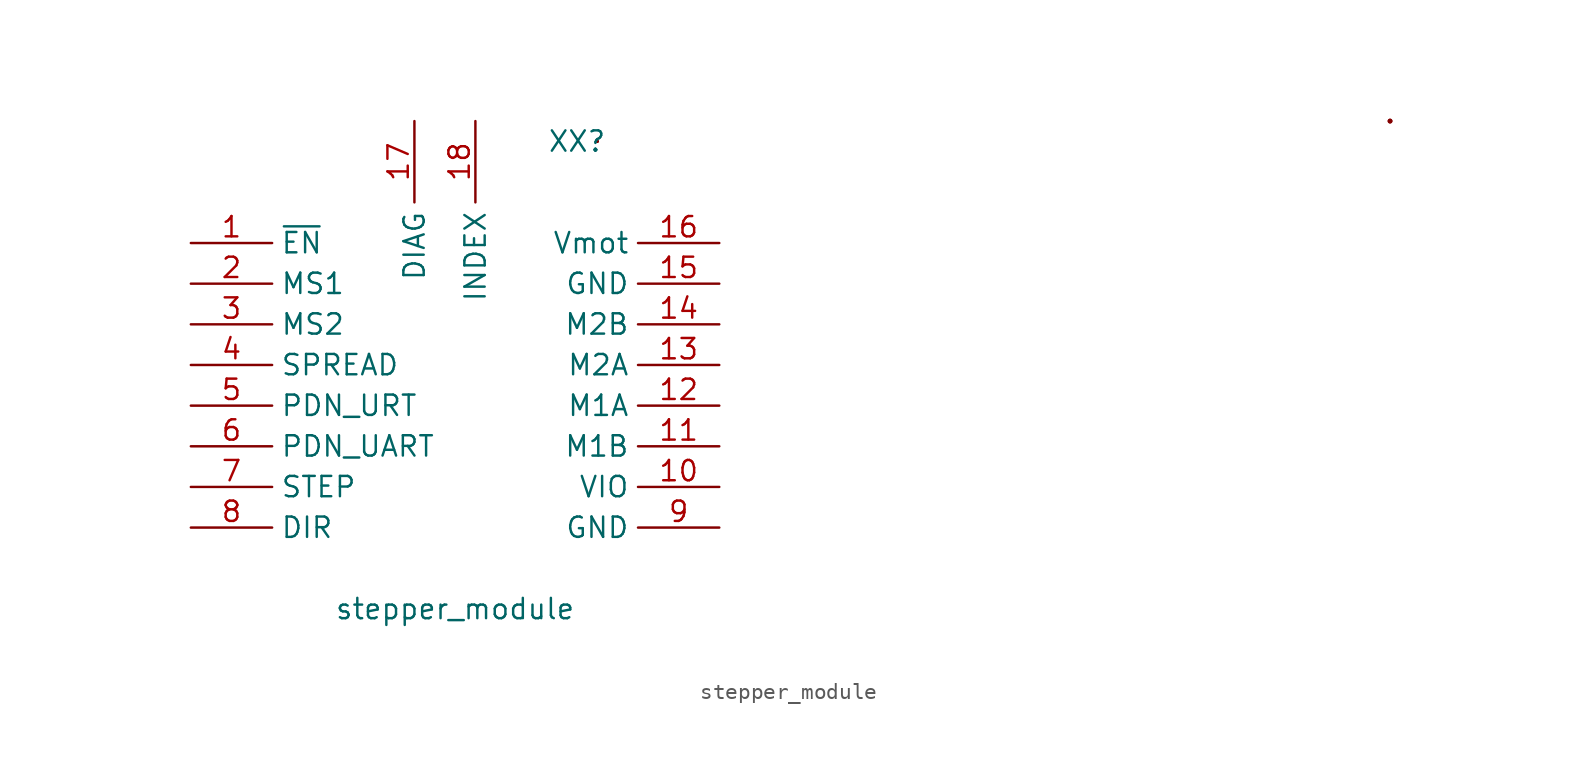
<source format=kicad_sym>
(kicad_symbol_lib
  (version 20211014)
  (generator kicad_symbol_editor)
  (symbol "stepper_module"
    (property "Reference" "XX"
      (at 7.62 15.24 0)
      (effects (font (size 1.27 1.27))))
    (property "Value" "stepper_module"
      (at 0 -13.97 0)
      (effects (font (size 1.27 1.27))))
    (symbol "stepper_module_0_1"
      (polyline (pts (xy 8.89 15.24) (xy 8.89 15.24)) (stroke (width 0.152) (type default) (color 0 0 0 0)) (fill (type none)))
      (rectangle (start 8.89 15.24) (end 8.89 15.24) (stroke (width 0.152) (type default) (color 0 0 0 0)) (fill (type none)))
      (rectangle (start 8.89 15.24) (end 8.89 15.24) (stroke (width 0.152) (type default) (color 0 0 0 0)) (fill (type none)))
      (rectangle (start 8.89 15.24) (end 8.89 15.24) (stroke (width 0.152) (type default) (color 0 0 0 0)) (fill (type none)))
      (rectangle (start 8.89 15.24) (end 8.89 15.24) (stroke (width 0.152) (type default) (color 0 0 0 0)) (fill (type none)))
      (rectangle (start 8.89 15.24) (end 8.89 15.24) (stroke (width 0.152) (type default) (color 0 0 0 0)) (fill (type none)))
      (rectangle (start 8.89 15.24) (end 8.89 15.24) (stroke (width 0.152) (type default) (color 0 0 0 0)) (fill (type none)))
      (rectangle (start 8.89 15.24) (end 8.89 15.24) (stroke (width 0.152) (type default) (color 0 0 0 0)) (fill (type none)))
      (rectangle (start 8.89 15.24) (end 8.89 15.24) (stroke (width 0.152) (type default) (color 0 0 0 0)) (fill (type none)))
      (rectangle (start 8.89 15.24) (end 8.89 15.24) (stroke (width 0.152) (type default) (color 0 0 0 0)) (fill (type none)))
      (arc (start 58.42 16.51) (mid 58.42 16.51) (end 58.42 16.51) (stroke (width 0.1524) (type default) (color 0 0 0 0)) (fill (type none)))
      (circle (center 58.42 16.51) (radius 0.0001) (stroke (width 0.152) (type default) (color 0 0 0 0)) (fill (type none)))
      (circle (center 58.42 16.51) (radius 0.0001) (stroke (width 0.152) (type default) (color 0 0 0 0)) (fill (type none))))
    (symbol "stepper_module_1_1"
      (pin passive line (at -16.51 8.89 0) (length 5.08) (name "~{EN}" (effects (font (size 1.27 1.27)))) (number "1" (effects (font (size 1.27 1.27)))))
      (pin passive line (at 16.51 -6.35 180) (length 5.08) (name "VIO" (effects (font (size 1.27 1.27)))) (number "10" (effects (font (size 1.27 1.27)))))
      (pin passive line (at 16.51 -3.81 180) (length 5.08) (name "M1B" (effects (font (size 1.27 1.27)))) (number "11" (effects (font (size 1.27 1.27)))))
      (pin passive line (at 16.51 -1.27 180) (length 5.08) (name "M1A" (effects (font (size 1.27 1.27)))) (number "12" (effects (font (size 1.27 1.27)))))
      (pin passive line (at 16.51 1.27 180) (length 5.08) (name "M2A" (effects (font (size 1.27 1.27)))) (number "13" (effects (font (size 1.27 1.27)))))
      (pin passive line (at 16.51 3.81 180) (length 5.08) (name "M2B" (effects (font (size 1.27 1.27)))) (number "14" (effects (font (size 1.27 1.27)))))
      (pin passive line (at 16.51 6.35 180) (length 5.08) (name "GND" (effects (font (size 1.27 1.27)))) (number "15" (effects (font (size 1.27 1.27)))))
      (pin passive line (at 16.51 8.89 180) (length 5.08) (name "Vmot" (effects (font (size 1.27 1.27)))) (number "16" (effects (font (size 1.27 1.27)))))
      (pin passive line (at -2.54 16.51 270) (length 5.08) (name "DIAG" (effects (font (size 1.27 1.27)))) (number "17" (effects (font (size 1.27 1.27)))))
      (pin passive line (at 1.27 16.51 270) (length 5.08) (name "INDEX" (effects (font (size 1.27 1.27)))) (number "18" (effects (font (size 1.27 1.27)))))
      (pin passive line (at -16.51 6.35 0) (length 5.08) (name "MS1" (effects (font (size 1.27 1.27)))) (number "2" (effects (font (size 1.27 1.27)))))
      (pin passive line (at -16.51 3.81 0) (length 5.08) (name "MS2" (effects (font (size 1.27 1.27)))) (number "3" (effects (font (size 1.27 1.27)))))
      (pin passive line (at -16.51 1.27 0) (length 5.08) (name "SPREAD" (effects (font (size 1.27 1.27)))) (number "4" (effects (font (size 1.27 1.27)))))
      (pin passive line (at -16.51 -1.27 0) (length 5.08) (name "PDN_URT" (effects (font (size 1.27 1.27)))) (number "5" (effects (font (size 1.27 1.27)))))
      (pin passive line (at -16.51 -3.81 0) (length 5.08) (name "PDN_UART" (effects (font (size 1.27 1.27)))) (number "6" (effects (font (size 1.27 1.27)))))
      (pin passive line (at -16.51 -6.35 0) (length 5.08) (name "STEP" (effects (font (size 1.27 1.27)))) (number "7" (effects (font (size 1.27 1.27)))))
      (pin passive line (at -16.51 -8.89 0) (length 5.08) (name "DIR" (effects (font (size 1.27 1.27)))) (number "8" (effects (font (size 1.27 1.27)))))
      (pin passive line (at 16.51 -8.89 180) (length 5.08) (name "GND" (effects (font (size 1.27 1.27)))) (number "9" (effects (font (size 1.27 1.27))))))))
</source>
